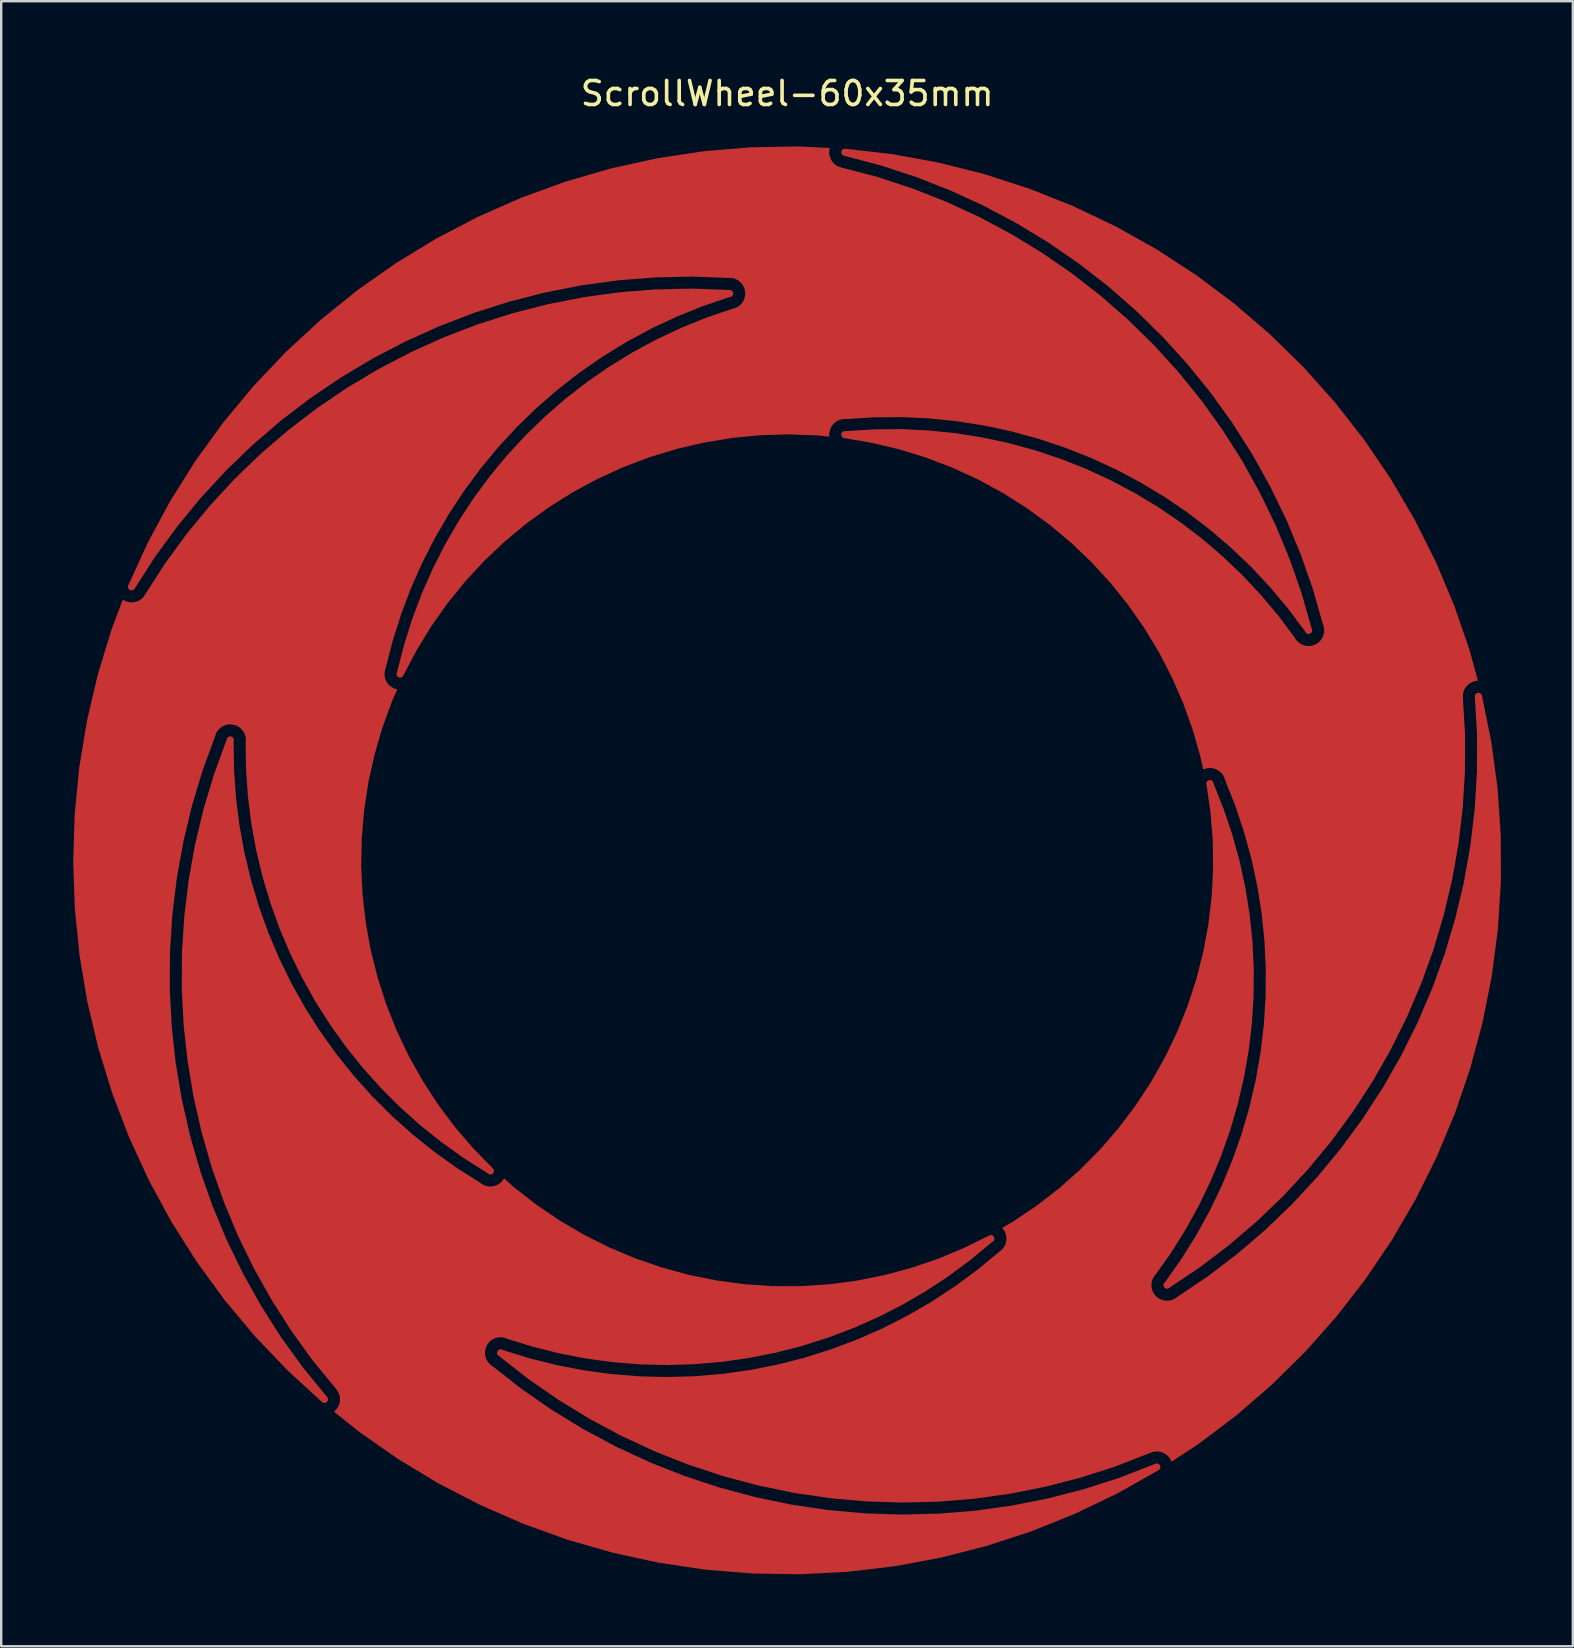
<source format=kicad_pcb>
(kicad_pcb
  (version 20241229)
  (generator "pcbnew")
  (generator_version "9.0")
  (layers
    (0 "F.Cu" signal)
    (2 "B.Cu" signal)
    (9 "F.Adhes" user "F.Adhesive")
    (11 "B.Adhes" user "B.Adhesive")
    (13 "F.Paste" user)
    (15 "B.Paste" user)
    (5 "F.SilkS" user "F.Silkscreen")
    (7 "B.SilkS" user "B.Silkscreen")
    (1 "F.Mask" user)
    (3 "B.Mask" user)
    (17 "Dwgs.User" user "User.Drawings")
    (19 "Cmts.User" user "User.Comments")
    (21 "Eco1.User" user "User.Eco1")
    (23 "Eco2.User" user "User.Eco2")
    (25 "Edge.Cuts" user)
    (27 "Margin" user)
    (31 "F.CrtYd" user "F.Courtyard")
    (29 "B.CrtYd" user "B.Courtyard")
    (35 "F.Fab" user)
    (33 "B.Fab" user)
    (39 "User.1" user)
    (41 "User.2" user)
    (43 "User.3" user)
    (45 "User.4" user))
  (footprint "ScrollWheel-60x35mm"
    (layer "F.Cu")
    (at 29.75 32.798)
    (property "Reference" "ScrollWheel-60x35mm" (at 0 -31.95 0) (layer "F.SilkS") (effects (font (size 1 1) (thickness 0.15))))
    (attr smd)
    (pad "1" smd custom (at 0 -23.75) (size 2 2) (layers "F.Cu") (options (anchor circle)) (primitives (gr_poly (pts (xy 1.776 -5.933) (xy 1.763 -5.879) (xy 1.756 -5.838) (xy 1.751 -5.772) (xy 1.751 -5.731) (xy 1.756 -5.665) (xy 1.763 -5.624) (xy 1.78 -5.56) (xy 1.793 -5.521) (xy 1.82 -5.461) (xy 1.839 -5.425) (xy 1.876 -5.369) (xy 1.901 -5.337) (xy 1.946 -5.288) (xy 1.976 -5.26) (xy 2.028 -5.22) (xy 2.063 -5.197) (xy 2.121 -5.166) (xy 2.159 -5.149) (xy 2.222 -5.128) (xy 2.239 -5.123) (xy 3.774 -4.721) (xy 5.212 -4.248) (xy 6.622 -3.693) (xy 7.997 -3.059) (xy 9.334 -2.347) (xy 10.627 -1.559) (xy 11.873 -0.699) (xy 13.068 0.231) (xy 14.208 1.229) (xy 15.289 2.29) (xy 16.307 3.411) (xy 17.259 4.588) (xy 18.143 5.819) (xy 18.954 7.098) (xy 19.69 8.421) (xy 20.35 9.784) (xy 20.93 11.183) (xy 21.43 12.613) (xy 21.848 14.076) (xy 21.852 14.089) (xy 21.867 14.131) (xy 21.871 14.156) (xy 21.871 14.18) (xy 21.867 14.205) (xy 21.859 14.228) (xy 21.848 14.25) (xy 21.833 14.269) (xy 21.815 14.286) (xy 21.794 14.299) (xy 21.771 14.309) (xy 21.748 14.315) (xy 21.723 14.317) (xy 21.699 14.316) (xy 21.675 14.31) (xy 21.652 14.3) (xy 21.631 14.286) (xy 21.613 14.27) (xy 21.598 14.25) (xy 21.576 14.21) (xy 21.557 14.18) (xy 20.869 13.262) (xy 20.861 13.251) (xy 20.123 12.372) (xy 20.114 12.362) (xy 19.33 11.525) (xy 19.32 11.515) (xy 18.491 10.723) (xy 18.48 10.714) (xy 17.609 9.968) (xy 17.598 9.96) (xy 16.686 9.263) (xy 16.675 9.255) (xy 15.727 8.61) (xy 15.715 8.603) (xy 14.733 8.011) (xy 14.721 8.004) (xy 13.707 7.467) (xy 13.695 7.461) (xy 12.653 6.981) (xy 12.64 6.975) (xy 11.574 6.553) (xy 11.561 6.549) (xy 10.473 6.186) (xy 10.459 6.182) (xy 9.353 5.88) (xy 9.339 5.876) (xy 8.218 5.635) (xy 8.204 5.633) (xy 7.071 5.454) (xy 7.058 5.452) (xy 5.917 5.336) (xy 5.903 5.335) (xy 4.757 5.282) (xy 4.743 5.282) (xy 3.596 5.292) (xy 3.582 5.292) (xy 2.452 5.365) (xy 2.401 5.362) (xy 2.359 5.363) (xy 2.294 5.371) (xy 2.253 5.379) (xy 2.19 5.397) (xy 2.151 5.412) (xy 2.091 5.44) (xy 2.056 5.461) (xy 2.002 5.499) (xy 1.97 5.525) (xy 1.923 5.571) (xy 1.896 5.603) (xy 1.857 5.656) (xy 1.835 5.691) (xy 1.805 5.75) (xy 1.79 5.788) (xy 1.771 5.852) (xy 1.762 5.892) (xy 1.753 5.957) (xy 1.751 5.999) (xy 1.753 6.065) (xy 1.756 6.097) (xy 1.22 6.042) (xy 1.204 6.041) (xy 0.047 6) (xy 0.031 6) (xy -1.126 6.036) (xy -1.142 6.037) (xy -2.294 6.149) (xy -2.31 6.151) (xy -3.452 6.339) (xy -3.469 6.342) (xy -4.595 6.605) (xy -4.611 6.61) (xy -5.719 6.947) (xy -5.734 6.952) (xy -6.817 7.361) (xy -6.832 7.368) (xy -7.885 7.848) (xy -7.9 7.855) (xy -8.919 8.403) (xy -8.933 8.412) (xy -9.913 9.026) (xy -9.927 9.036) (xy -10.865 9.714) (xy -10.878 9.724) (xy -11.769 10.463) (xy -11.781 10.474) (xy -12.621 11.269) (xy -12.633 11.281) (xy -13.418 12.131) (xy -13.429 12.143) (xy -14.157 13.043) (xy -14.167 13.056) (xy -14.834 14.002) (xy -14.843 14.016) (xy -15.445 15.004) (xy -15.453 15.018) (xy -16.01 16.076) (xy -16.022 16.091) (xy -16.041 16.107) (xy -16.062 16.12) (xy -16.085 16.129) (xy -16.109 16.134) (xy -16.134 16.135) (xy -16.158 16.132) (xy -16.182 16.125) (xy -16.204 16.115) (xy -16.224 16.1) (xy -16.242 16.083) (xy -16.256 16.063) (xy -16.267 16.041) (xy -16.274 16.017) (xy -16.278 15.993) (xy -16.277 15.968) (xy -16.272 15.944) (xy -16.256 15.902) (xy -16.247 15.874) (xy -15.964 14.77) (xy -15.624 13.689) (xy -15.224 12.628) (xy -14.767 11.592) (xy -14.253 10.582) (xy -13.684 9.601) (xy -13.062 8.654) (xy -12.389 7.742) (xy -11.667 6.869) (xy -10.897 6.037) (xy -10.083 5.248) (xy -9.227 4.505) (xy -8.332 3.811) (xy -7.399 3.167) (xy -6.432 2.576) (xy -5.435 2.038) (xy -4.409 1.557) (xy -3.358 1.132) (xy -2.296 0.77) (xy -2.249 0.761) (xy -2.209 0.75) (xy -2.147 0.728) (xy -2.109 0.71) (xy -2.052 0.678) (xy -2.018 0.655) (xy -1.966 0.613) (xy -1.937 0.585) (xy -1.893 0.535) (xy -1.868 0.502) (xy -1.833 0.446) (xy -1.814 0.41) (xy -1.789 0.349) (xy -1.776 0.309) (xy -1.761 0.245) (xy -1.755 0.204) (xy -1.751 0.138) (xy -1.751 0.097) (xy -1.758 0.031) (xy -1.766 -0.009) (xy -1.783 -0.073) (xy -1.797 -0.112) (xy -1.825 -0.172) (xy -1.845 -0.208) (xy -1.882 -0.263) (xy -1.908 -0.295) (xy -1.954 -0.342) (xy -1.985 -0.37) (xy -2.038 -0.409) (xy -2.073 -0.431) (xy -2.131 -0.462) (xy -2.169 -0.478) (xy -2.232 -0.498) (xy -2.272 -0.507) (xy -2.338 -0.517) (xy -2.379 -0.52) (xy -2.438 -0.518) (xy -3.959 -0.573) (xy -3.974 -0.573) (xy -5.502 -0.539) (xy -5.516 -0.539) (xy -7.041 -0.418) (xy -7.055 -0.416) (xy -8.569 -0.208) (xy -8.583 -0.206) (xy -10.084 0.089) (xy -10.098 0.092) (xy -11.578 0.472) (xy -11.592 0.476) (xy -13.049 0.94) (xy -13.062 0.945) (xy -14.49 1.492) (xy -14.503 1.497) (xy -15.897 2.125) (xy -15.91 2.131) (xy -17.266 2.838) (xy -17.278 2.845) (xy -18.591 3.628) (xy -18.604 3.635) (xy -19.869 4.493) (xy -19.881 4.501) (xy -21.096 5.429) (xy -21.107 5.438) (xy -22.267 6.434) (xy -22.277 6.444) (xy -23.378 7.505) (xy -23.388 7.515) (xy -24.426 8.638) (xy -24.435 8.648) (xy -25.407 9.829) (xy -25.416 9.84) (xy -26.319 11.074) (xy -26.328 11.086) (xy -27.184 12.421) (xy -27.205 12.45) (xy -27.223 12.467) (xy -27.244 12.481) (xy -27.266 12.491) (xy -27.29 12.497) (xy -27.314 12.5) (xy -27.339 12.498) (xy -27.363 12.493) (xy -27.386 12.483) (xy -27.406 12.47) (xy -27.425 12.454) (xy -27.44 12.434) (xy -27.452 12.413) (xy -27.461 12.39) (xy -27.465 12.366) (xy -27.466 12.341) (xy -27.462 12.317) (xy -27.453 12.287) (xy -26.638 10.503) (xy -25.704 8.772) (xy -24.658 7.106) (xy -23.504 5.513) (xy -22.248 3.999) (xy -20.894 2.572) (xy -19.448 1.237) (xy -17.918 0.001) (xy -16.309 -1.131) (xy -14.629 -2.155) (xy -12.885 -3.065) (xy -11.085 -3.858) (xy -9.236 -4.53) (xy -7.346 -5.079) (xy -5.425 -5.501) (xy -3.48 -5.796) (xy -1.52 -5.961) (xy 0.447 -5.997)) (width 0) (fill yes))))
    (pad "2" smd custom (at -22.588 -7.339 72) (size 2 2) (layers "F.Cu") (options (anchor circle)) (primitives (gr_poly (pts (xy 1.776 -5.933) (xy 1.763 -5.879) (xy 1.756 -5.838) (xy 1.751 -5.772) (xy 1.751 -5.731) (xy 1.756 -5.665) (xy 1.763 -5.624) (xy 1.78 -5.56) (xy 1.793 -5.521) (xy 1.82 -5.461) (xy 1.839 -5.425) (xy 1.876 -5.369) (xy 1.901 -5.337) (xy 1.946 -5.288) (xy 1.976 -5.26) (xy 2.028 -5.22) (xy 2.063 -5.197) (xy 2.121 -5.166) (xy 2.159 -5.149) (xy 2.222 -5.128) (xy 2.239 -5.123) (xy 3.774 -4.721) (xy 5.212 -4.248) (xy 6.622 -3.693) (xy 7.997 -3.059) (xy 9.334 -2.347) (xy 10.627 -1.559) (xy 11.873 -0.699) (xy 13.068 0.231) (xy 14.208 1.229) (xy 15.289 2.29) (xy 16.307 3.411) (xy 17.259 4.588) (xy 18.143 5.819) (xy 18.954 7.098) (xy 19.69 8.421) (xy 20.35 9.784) (xy 20.93 11.183) (xy 21.43 12.613) (xy 21.848 14.076) (xy 21.852 14.089) (xy 21.867 14.131) (xy 21.871 14.156) (xy 21.871 14.18) (xy 21.867 14.205) (xy 21.859 14.228) (xy 21.848 14.25) (xy 21.833 14.269) (xy 21.815 14.286) (xy 21.794 14.299) (xy 21.771 14.309) (xy 21.748 14.315) (xy 21.723 14.317) (xy 21.699 14.316) (xy 21.675 14.31) (xy 21.652 14.3) (xy 21.631 14.286) (xy 21.613 14.27) (xy 21.598 14.25) (xy 21.576 14.21) (xy 21.557 14.18) (xy 20.869 13.262) (xy 20.861 13.251) (xy 20.123 12.372) (xy 20.114 12.362) (xy 19.33 11.525) (xy 19.32 11.515) (xy 18.491 10.723) (xy 18.48 10.714) (xy 17.609 9.968) (xy 17.598 9.96) (xy 16.686 9.263) (xy 16.675 9.255) (xy 15.727 8.61) (xy 15.715 8.603) (xy 14.733 8.011) (xy 14.721 8.004) (xy 13.707 7.467) (xy 13.695 7.461) (xy 12.653 6.981) (xy 12.64 6.975) (xy 11.574 6.553) (xy 11.561 6.549) (xy 10.473 6.186) (xy 10.459 6.182) (xy 9.353 5.88) (xy 9.339 5.876) (xy 8.218 5.635) (xy 8.204 5.633) (xy 7.071 5.454) (xy 7.058 5.452) (xy 5.917 5.336) (xy 5.903 5.335) (xy 4.757 5.282) (xy 4.743 5.282) (xy 3.596 5.292) (xy 3.582 5.292) (xy 2.452 5.365) (xy 2.401 5.362) (xy 2.359 5.363) (xy 2.294 5.371) (xy 2.253 5.379) (xy 2.19 5.397) (xy 2.151 5.412) (xy 2.091 5.44) (xy 2.056 5.461) (xy 2.002 5.499) (xy 1.97 5.525) (xy 1.923 5.571) (xy 1.896 5.603) (xy 1.857 5.656) (xy 1.835 5.691) (xy 1.805 5.75) (xy 1.79 5.788) (xy 1.771 5.852) (xy 1.762 5.892) (xy 1.753 5.957) (xy 1.751 5.999) (xy 1.753 6.065) (xy 1.756 6.097) (xy 1.22 6.042) (xy 1.204 6.041) (xy 0.047 6) (xy 0.031 6) (xy -1.126 6.036) (xy -1.142 6.037) (xy -2.294 6.149) (xy -2.31 6.151) (xy -3.452 6.339) (xy -3.469 6.342) (xy -4.595 6.605) (xy -4.611 6.61) (xy -5.719 6.947) (xy -5.734 6.952) (xy -6.817 7.361) (xy -6.832 7.368) (xy -7.885 7.848) (xy -7.9 7.855) (xy -8.919 8.403) (xy -8.933 8.412) (xy -9.913 9.026) (xy -9.927 9.036) (xy -10.865 9.714) (xy -10.878 9.724) (xy -11.769 10.463) (xy -11.781 10.474) (xy -12.621 11.269) (xy -12.633 11.281) (xy -13.418 12.131) (xy -13.429 12.143) (xy -14.157 13.043) (xy -14.167 13.056) (xy -14.834 14.002) (xy -14.843 14.016) (xy -15.445 15.004) (xy -15.453 15.018) (xy -16.01 16.076) (xy -16.022 16.091) (xy -16.041 16.107) (xy -16.062 16.12) (xy -16.085 16.129) (xy -16.109 16.134) (xy -16.134 16.135) (xy -16.158 16.132) (xy -16.182 16.125) (xy -16.204 16.115) (xy -16.224 16.1) (xy -16.242 16.083) (xy -16.256 16.063) (xy -16.267 16.041) (xy -16.274 16.017) (xy -16.278 15.993) (xy -16.277 15.968) (xy -16.272 15.944) (xy -16.256 15.902) (xy -16.247 15.874) (xy -15.964 14.77) (xy -15.624 13.689) (xy -15.224 12.628) (xy -14.767 11.592) (xy -14.253 10.582) (xy -13.684 9.601) (xy -13.062 8.654) (xy -12.389 7.742) (xy -11.667 6.869) (xy -10.897 6.037) (xy -10.083 5.248) (xy -9.227 4.505) (xy -8.332 3.811) (xy -7.399 3.167) (xy -6.432 2.576) (xy -5.435 2.038) (xy -4.409 1.557) (xy -3.358 1.132) (xy -2.296 0.77) (xy -2.249 0.761) (xy -2.209 0.75) (xy -2.147 0.728) (xy -2.109 0.71) (xy -2.052 0.678) (xy -2.018 0.655) (xy -1.966 0.613) (xy -1.937 0.585) (xy -1.893 0.535) (xy -1.868 0.502) (xy -1.833 0.446) (xy -1.814 0.41) (xy -1.789 0.349) (xy -1.776 0.309) (xy -1.761 0.245) (xy -1.755 0.204) (xy -1.751 0.138) (xy -1.751 0.097) (xy -1.758 0.031) (xy -1.766 -0.009) (xy -1.783 -0.073) (xy -1.797 -0.112) (xy -1.825 -0.172) (xy -1.845 -0.208) (xy -1.882 -0.263) (xy -1.908 -0.295) (xy -1.954 -0.342) (xy -1.985 -0.37) (xy -2.038 -0.409) (xy -2.073 -0.431) (xy -2.131 -0.462) (xy -2.169 -0.478) (xy -2.232 -0.498) (xy -2.272 -0.507) (xy -2.338 -0.517) (xy -2.379 -0.52) (xy -2.438 -0.518) (xy -3.959 -0.573) (xy -3.974 -0.573) (xy -5.502 -0.539) (xy -5.516 -0.539) (xy -7.041 -0.418) (xy -7.055 -0.416) (xy -8.569 -0.208) (xy -8.583 -0.206) (xy -10.084 0.089) (xy -10.098 0.092) (xy -11.578 0.472) (xy -11.592 0.476) (xy -13.049 0.94) (xy -13.062 0.945) (xy -14.49 1.492) (xy -14.503 1.497) (xy -15.897 2.125) (xy -15.91 2.131) (xy -17.266 2.838) (xy -17.278 2.845) (xy -18.591 3.628) (xy -18.604 3.635) (xy -19.869 4.493) (xy -19.881 4.501) (xy -21.096 5.429) (xy -21.107 5.438) (xy -22.267 6.434) (xy -22.277 6.444) (xy -23.378 7.505) (xy -23.388 7.515) (xy -24.426 8.638) (xy -24.435 8.648) (xy -25.407 9.829) (xy -25.416 9.84) (xy -26.319 11.074) (xy -26.328 11.086) (xy -27.184 12.421) (xy -27.205 12.45) (xy -27.223 12.467) (xy -27.244 12.481) (xy -27.266 12.491) (xy -27.29 12.497) (xy -27.314 12.5) (xy -27.339 12.498) (xy -27.363 12.493) (xy -27.386 12.483) (xy -27.406 12.47) (xy -27.425 12.454) (xy -27.44 12.434) (xy -27.452 12.413) (xy -27.461 12.39) (xy -27.465 12.366) (xy -27.466 12.341) (xy -27.462 12.317) (xy -27.453 12.287) (xy -26.638 10.503) (xy -25.704 8.772) (xy -24.658 7.106) (xy -23.504 5.513) (xy -22.248 3.999) (xy -20.894 2.572) (xy -19.448 1.237) (xy -17.918 0.001) (xy -16.309 -1.131) (xy -14.629 -2.155) (xy -12.885 -3.065) (xy -11.085 -3.858) (xy -9.236 -4.53) (xy -7.346 -5.079) (xy -5.425 -5.501) (xy -3.48 -5.796) (xy -1.52 -5.961) (xy 0.447 -5.997)) (width 0) (fill yes))))
    (pad "3" smd custom (at -13.96 19.214 144) (size 2 2) (layers "F.Cu") (options (anchor circle)) (primitives (gr_poly (pts (xy 1.776 -5.933) (xy 1.763 -5.879) (xy 1.756 -5.838) (xy 1.751 -5.772) (xy 1.751 -5.731) (xy 1.756 -5.665) (xy 1.763 -5.624) (xy 1.78 -5.56) (xy 1.793 -5.521) (xy 1.82 -5.461) (xy 1.839 -5.425) (xy 1.876 -5.369) (xy 1.901 -5.337) (xy 1.946 -5.288) (xy 1.976 -5.26) (xy 2.028 -5.22) (xy 2.063 -5.197) (xy 2.121 -5.166) (xy 2.159 -5.149) (xy 2.222 -5.128) (xy 2.239 -5.123) (xy 3.774 -4.721) (xy 5.212 -4.248) (xy 6.622 -3.693) (xy 7.997 -3.059) (xy 9.334 -2.347) (xy 10.627 -1.559) (xy 11.873 -0.699) (xy 13.068 0.231) (xy 14.208 1.229) (xy 15.289 2.29) (xy 16.307 3.411) (xy 17.259 4.588) (xy 18.143 5.819) (xy 18.954 7.098) (xy 19.69 8.421) (xy 20.35 9.784) (xy 20.93 11.183) (xy 21.43 12.613) (xy 21.848 14.076) (xy 21.852 14.089) (xy 21.867 14.131) (xy 21.871 14.156) (xy 21.871 14.18) (xy 21.867 14.205) (xy 21.859 14.228) (xy 21.848 14.25) (xy 21.833 14.269) (xy 21.815 14.286) (xy 21.794 14.299) (xy 21.771 14.309) (xy 21.748 14.315) (xy 21.723 14.317) (xy 21.699 14.316) (xy 21.675 14.31) (xy 21.652 14.3) (xy 21.631 14.286) (xy 21.613 14.27) (xy 21.598 14.25) (xy 21.576 14.21) (xy 21.557 14.18) (xy 20.869 13.262) (xy 20.861 13.251) (xy 20.123 12.372) (xy 20.114 12.362) (xy 19.33 11.525) (xy 19.32 11.515) (xy 18.491 10.723) (xy 18.48 10.714) (xy 17.609 9.968) (xy 17.598 9.96) (xy 16.686 9.263) (xy 16.675 9.255) (xy 15.727 8.61) (xy 15.715 8.603) (xy 14.733 8.011) (xy 14.721 8.004) (xy 13.707 7.467) (xy 13.695 7.461) (xy 12.653 6.981) (xy 12.64 6.975) (xy 11.574 6.553) (xy 11.561 6.549) (xy 10.473 6.186) (xy 10.459 6.182) (xy 9.353 5.88) (xy 9.339 5.876) (xy 8.218 5.635) (xy 8.204 5.633) (xy 7.071 5.454) (xy 7.058 5.452) (xy 5.917 5.336) (xy 5.903 5.335) (xy 4.757 5.282) (xy 4.743 5.282) (xy 3.596 5.292) (xy 3.582 5.292) (xy 2.452 5.365) (xy 2.401 5.362) (xy 2.359 5.363) (xy 2.294 5.371) (xy 2.253 5.379) (xy 2.19 5.397) (xy 2.151 5.412) (xy 2.091 5.44) (xy 2.056 5.461) (xy 2.002 5.499) (xy 1.97 5.525) (xy 1.923 5.571) (xy 1.896 5.603) (xy 1.857 5.656) (xy 1.835 5.691) (xy 1.805 5.75) (xy 1.79 5.788) (xy 1.771 5.852) (xy 1.762 5.892) (xy 1.753 5.957) (xy 1.751 5.999) (xy 1.753 6.065) (xy 1.756 6.097) (xy 1.22 6.042) (xy 1.204 6.041) (xy 0.047 6) (xy 0.031 6) (xy -1.126 6.036) (xy -1.142 6.037) (xy -2.294 6.149) (xy -2.31 6.151) (xy -3.452 6.339) (xy -3.469 6.342) (xy -4.595 6.605) (xy -4.611 6.61) (xy -5.719 6.947) (xy -5.734 6.952) (xy -6.817 7.361) (xy -6.832 7.368) (xy -7.885 7.848) (xy -7.9 7.855) (xy -8.919 8.403) (xy -8.933 8.412) (xy -9.913 9.026) (xy -9.927 9.036) (xy -10.865 9.714) (xy -10.878 9.724) (xy -11.769 10.463) (xy -11.781 10.474) (xy -12.621 11.269) (xy -12.633 11.281) (xy -13.418 12.131) (xy -13.429 12.143) (xy -14.157 13.043) (xy -14.167 13.056) (xy -14.834 14.002) (xy -14.843 14.016) (xy -15.445 15.004) (xy -15.453 15.018) (xy -16.01 16.076) (xy -16.022 16.091) (xy -16.041 16.107) (xy -16.062 16.12) (xy -16.085 16.129) (xy -16.109 16.134) (xy -16.134 16.135) (xy -16.158 16.132) (xy -16.182 16.125) (xy -16.204 16.115) (xy -16.224 16.1) (xy -16.242 16.083) (xy -16.256 16.063) (xy -16.267 16.041) (xy -16.274 16.017) (xy -16.278 15.993) (xy -16.277 15.968) (xy -16.272 15.944) (xy -16.256 15.902) (xy -16.247 15.874) (xy -15.964 14.77) (xy -15.624 13.689) (xy -15.224 12.628) (xy -14.767 11.592) (xy -14.253 10.582) (xy -13.684 9.601) (xy -13.062 8.654) (xy -12.389 7.742) (xy -11.667 6.869) (xy -10.897 6.037) (xy -10.083 5.248) (xy -9.227 4.505) (xy -8.332 3.811) (xy -7.399 3.167) (xy -6.432 2.576) (xy -5.435 2.038) (xy -4.409 1.557) (xy -3.358 1.132) (xy -2.296 0.77) (xy -2.249 0.761) (xy -2.209 0.75) (xy -2.147 0.728) (xy -2.109 0.71) (xy -2.052 0.678) (xy -2.018 0.655) (xy -1.966 0.613) (xy -1.937 0.585) (xy -1.893 0.535) (xy -1.868 0.502) (xy -1.833 0.446) (xy -1.814 0.41) (xy -1.789 0.349) (xy -1.776 0.309) (xy -1.761 0.245) (xy -1.755 0.204) (xy -1.751 0.138) (xy -1.751 0.097) (xy -1.758 0.031) (xy -1.766 -0.009) (xy -1.783 -0.073) (xy -1.797 -0.112) (xy -1.825 -0.172) (xy -1.845 -0.208) (xy -1.882 -0.263) (xy -1.908 -0.295) (xy -1.954 -0.342) (xy -1.985 -0.37) (xy -2.038 -0.409) (xy -2.073 -0.431) (xy -2.131 -0.462) (xy -2.169 -0.478) (xy -2.232 -0.498) (xy -2.272 -0.507) (xy -2.338 -0.517) (xy -2.379 -0.52) (xy -2.438 -0.518) (xy -3.959 -0.573) (xy -3.974 -0.573) (xy -5.502 -0.539) (xy -5.516 -0.539) (xy -7.041 -0.418) (xy -7.055 -0.416) (xy -8.569 -0.208) (xy -8.583 -0.206) (xy -10.084 0.089) (xy -10.098 0.092) (xy -11.578 0.472) (xy -11.592 0.476) (xy -13.049 0.94) (xy -13.062 0.945) (xy -14.49 1.492) (xy -14.503 1.497) (xy -15.897 2.125) (xy -15.91 2.131) (xy -17.266 2.838) (xy -17.278 2.845) (xy -18.591 3.628) (xy -18.604 3.635) (xy -19.869 4.493) (xy -19.881 4.501) (xy -21.096 5.429) (xy -21.107 5.438) (xy -22.267 6.434) (xy -22.277 6.444) (xy -23.378 7.505) (xy -23.388 7.515) (xy -24.426 8.638) (xy -24.435 8.648) (xy -25.407 9.829) (xy -25.416 9.84) (xy -26.319 11.074) (xy -26.328 11.086) (xy -27.184 12.421) (xy -27.205 12.45) (xy -27.223 12.467) (xy -27.244 12.481) (xy -27.266 12.491) (xy -27.29 12.497) (xy -27.314 12.5) (xy -27.339 12.498) (xy -27.363 12.493) (xy -27.386 12.483) (xy -27.406 12.47) (xy -27.425 12.454) (xy -27.44 12.434) (xy -27.452 12.413) (xy -27.461 12.39) (xy -27.465 12.366) (xy -27.466 12.341) (xy -27.462 12.317) (xy -27.453 12.287) (xy -26.638 10.503) (xy -25.704 8.772) (xy -24.658 7.106) (xy -23.504 5.513) (xy -22.248 3.999) (xy -20.894 2.572) (xy -19.448 1.237) (xy -17.918 0.001) (xy -16.309 -1.131) (xy -14.629 -2.155) (xy -12.885 -3.065) (xy -11.085 -3.858) (xy -9.236 -4.53) (xy -7.346 -5.079) (xy -5.425 -5.501) (xy -3.48 -5.796) (xy -1.52 -5.961) (xy 0.447 -5.997)) (width 0) (fill yes))))
    (pad "4" smd custom (at 13.96 19.214 216) (size 2 2) (layers "F.Cu") (options (anchor circle)) (primitives (gr_poly (pts (xy 1.776 -5.933) (xy 1.763 -5.879) (xy 1.756 -5.838) (xy 1.751 -5.772) (xy 1.751 -5.731) (xy 1.756 -5.665) (xy 1.763 -5.624) (xy 1.78 -5.56) (xy 1.793 -5.521) (xy 1.82 -5.461) (xy 1.839 -5.425) (xy 1.876 -5.369) (xy 1.901 -5.337) (xy 1.946 -5.288) (xy 1.976 -5.26) (xy 2.028 -5.22) (xy 2.063 -5.197) (xy 2.121 -5.166) (xy 2.159 -5.149) (xy 2.222 -5.128) (xy 2.239 -5.123) (xy 3.774 -4.721) (xy 5.212 -4.248) (xy 6.622 -3.693) (xy 7.997 -3.059) (xy 9.334 -2.347) (xy 10.627 -1.559) (xy 11.873 -0.699) (xy 13.068 0.231) (xy 14.208 1.229) (xy 15.289 2.29) (xy 16.307 3.411) (xy 17.259 4.588) (xy 18.143 5.819) (xy 18.954 7.098) (xy 19.69 8.421) (xy 20.35 9.784) (xy 20.93 11.183) (xy 21.43 12.613) (xy 21.848 14.076) (xy 21.852 14.089) (xy 21.867 14.131) (xy 21.871 14.156) (xy 21.871 14.18) (xy 21.867 14.205) (xy 21.859 14.228) (xy 21.848 14.25) (xy 21.833 14.269) (xy 21.815 14.286) (xy 21.794 14.299) (xy 21.771 14.309) (xy 21.748 14.315) (xy 21.723 14.317) (xy 21.699 14.316) (xy 21.675 14.31) (xy 21.652 14.3) (xy 21.631 14.286) (xy 21.613 14.27) (xy 21.598 14.25) (xy 21.576 14.21) (xy 21.557 14.18) (xy 20.869 13.262) (xy 20.861 13.251) (xy 20.123 12.372) (xy 20.114 12.362) (xy 19.33 11.525) (xy 19.32 11.515) (xy 18.491 10.723) (xy 18.48 10.714) (xy 17.609 9.968) (xy 17.598 9.96) (xy 16.686 9.263) (xy 16.675 9.255) (xy 15.727 8.61) (xy 15.715 8.603) (xy 14.733 8.011) (xy 14.721 8.004) (xy 13.707 7.467) (xy 13.695 7.461) (xy 12.653 6.981) (xy 12.64 6.975) (xy 11.574 6.553) (xy 11.561 6.549) (xy 10.473 6.186) (xy 10.459 6.182) (xy 9.353 5.88) (xy 9.339 5.876) (xy 8.218 5.635) (xy 8.204 5.633) (xy 7.071 5.454) (xy 7.058 5.452) (xy 5.917 5.336) (xy 5.903 5.335) (xy 4.757 5.282) (xy 4.743 5.282) (xy 3.596 5.292) (xy 3.582 5.292) (xy 2.452 5.365) (xy 2.401 5.362) (xy 2.359 5.363) (xy 2.294 5.371) (xy 2.253 5.379) (xy 2.19 5.397) (xy 2.151 5.412) (xy 2.091 5.44) (xy 2.056 5.461) (xy 2.002 5.499) (xy 1.97 5.525) (xy 1.923 5.571) (xy 1.896 5.603) (xy 1.857 5.656) (xy 1.835 5.691) (xy 1.805 5.75) (xy 1.79 5.788) (xy 1.771 5.852) (xy 1.762 5.892) (xy 1.753 5.957) (xy 1.751 5.999) (xy 1.753 6.065) (xy 1.756 6.097) (xy 1.22 6.042) (xy 1.204 6.041) (xy 0.047 6) (xy 0.031 6) (xy -1.126 6.036) (xy -1.142 6.037) (xy -2.294 6.149) (xy -2.31 6.151) (xy -3.452 6.339) (xy -3.469 6.342) (xy -4.595 6.605) (xy -4.611 6.61) (xy -5.719 6.947) (xy -5.734 6.952) (xy -6.817 7.361) (xy -6.832 7.368) (xy -7.885 7.848) (xy -7.9 7.855) (xy -8.919 8.403) (xy -8.933 8.412) (xy -9.913 9.026) (xy -9.927 9.036) (xy -10.865 9.714) (xy -10.878 9.724) (xy -11.769 10.463) (xy -11.781 10.474) (xy -12.621 11.269) (xy -12.633 11.281) (xy -13.418 12.131) (xy -13.429 12.143) (xy -14.157 13.043) (xy -14.167 13.056) (xy -14.834 14.002) (xy -14.843 14.016) (xy -15.445 15.004) (xy -15.453 15.018) (xy -16.01 16.076) (xy -16.022 16.091) (xy -16.041 16.107) (xy -16.062 16.12) (xy -16.085 16.129) (xy -16.109 16.134) (xy -16.134 16.135) (xy -16.158 16.132) (xy -16.182 16.125) (xy -16.204 16.115) (xy -16.224 16.1) (xy -16.242 16.083) (xy -16.256 16.063) (xy -16.267 16.041) (xy -16.274 16.017) (xy -16.278 15.993) (xy -16.277 15.968) (xy -16.272 15.944) (xy -16.256 15.902) (xy -16.247 15.874) (xy -15.964 14.77) (xy -15.624 13.689) (xy -15.224 12.628) (xy -14.767 11.592) (xy -14.253 10.582) (xy -13.684 9.601) (xy -13.062 8.654) (xy -12.389 7.742) (xy -11.667 6.869) (xy -10.897 6.037) (xy -10.083 5.248) (xy -9.227 4.505) (xy -8.332 3.811) (xy -7.399 3.167) (xy -6.432 2.576) (xy -5.435 2.038) (xy -4.409 1.557) (xy -3.358 1.132) (xy -2.296 0.77) (xy -2.249 0.761) (xy -2.209 0.75) (xy -2.147 0.728) (xy -2.109 0.71) (xy -2.052 0.678) (xy -2.018 0.655) (xy -1.966 0.613) (xy -1.937 0.585) (xy -1.893 0.535) (xy -1.868 0.502) (xy -1.833 0.446) (xy -1.814 0.41) (xy -1.789 0.349) (xy -1.776 0.309) (xy -1.761 0.245) (xy -1.755 0.204) (xy -1.751 0.138) (xy -1.751 0.097) (xy -1.758 0.031) (xy -1.766 -0.009) (xy -1.783 -0.073) (xy -1.797 -0.112) (xy -1.825 -0.172) (xy -1.845 -0.208) (xy -1.882 -0.263) (xy -1.908 -0.295) (xy -1.954 -0.342) (xy -1.985 -0.37) (xy -2.038 -0.409) (xy -2.073 -0.431) (xy -2.131 -0.462) (xy -2.169 -0.478) (xy -2.232 -0.498) (xy -2.272 -0.507) (xy -2.338 -0.517) (xy -2.379 -0.52) (xy -2.438 -0.518) (xy -3.959 -0.573) (xy -3.974 -0.573) (xy -5.502 -0.539) (xy -5.516 -0.539) (xy -7.041 -0.418) (xy -7.055 -0.416) (xy -8.569 -0.208) (xy -8.583 -0.206) (xy -10.084 0.089) (xy -10.098 0.092) (xy -11.578 0.472) (xy -11.592 0.476) (xy -13.049 0.94) (xy -13.062 0.945) (xy -14.49 1.492) (xy -14.503 1.497) (xy -15.897 2.125) (xy -15.91 2.131) (xy -17.266 2.838) (xy -17.278 2.845) (xy -18.591 3.628) (xy -18.604 3.635) (xy -19.869 4.493) (xy -19.881 4.501) (xy -21.096 5.429) (xy -21.107 5.438) (xy -22.267 6.434) (xy -22.277 6.444) (xy -23.378 7.505) (xy -23.388 7.515) (xy -24.426 8.638) (xy -24.435 8.648) (xy -25.407 9.829) (xy -25.416 9.84) (xy -26.319 11.074) (xy -26.328 11.086) (xy -27.184 12.421) (xy -27.205 12.45) (xy -27.223 12.467) (xy -27.244 12.481) (xy -27.266 12.491) (xy -27.29 12.497) (xy -27.314 12.5) (xy -27.339 12.498) (xy -27.363 12.493) (xy -27.386 12.483) (xy -27.406 12.47) (xy -27.425 12.454) (xy -27.44 12.434) (xy -27.452 12.413) (xy -27.461 12.39) (xy -27.465 12.366) (xy -27.466 12.341) (xy -27.462 12.317) (xy -27.453 12.287) (xy -26.638 10.503) (xy -25.704 8.772) (xy -24.658 7.106) (xy -23.504 5.513) (xy -22.248 3.999) (xy -20.894 2.572) (xy -19.448 1.237) (xy -17.918 0.001) (xy -16.309 -1.131) (xy -14.629 -2.155) (xy -12.885 -3.065) (xy -11.085 -3.858) (xy -9.236 -4.53) (xy -7.346 -5.079) (xy -5.425 -5.501) (xy -3.48 -5.796) (xy -1.52 -5.961) (xy 0.447 -5.997)) (width 0) (fill yes))))
    (pad "5" smd custom (at 22.588 -7.339 288) (size 2 2) (layers "F.Cu") (options (anchor circle)) (primitives (gr_poly (pts (xy 1.776 -5.933) (xy 1.763 -5.879) (xy 1.756 -5.838) (xy 1.751 -5.772) (xy 1.751 -5.731) (xy 1.756 -5.665) (xy 1.763 -5.624) (xy 1.78 -5.56) (xy 1.793 -5.521) (xy 1.82 -5.461) (xy 1.839 -5.425) (xy 1.876 -5.369) (xy 1.901 -5.337) (xy 1.946 -5.288) (xy 1.976 -5.26) (xy 2.028 -5.22) (xy 2.063 -5.197) (xy 2.121 -5.166) (xy 2.159 -5.149) (xy 2.222 -5.128) (xy 2.239 -5.123) (xy 3.774 -4.721) (xy 5.212 -4.248) (xy 6.622 -3.693) (xy 7.997 -3.059) (xy 9.334 -2.347) (xy 10.627 -1.559) (xy 11.873 -0.699) (xy 13.068 0.231) (xy 14.208 1.229) (xy 15.289 2.29) (xy 16.307 3.411) (xy 17.259 4.588) (xy 18.143 5.819) (xy 18.954 7.098) (xy 19.69 8.421) (xy 20.35 9.784) (xy 20.93 11.183) (xy 21.43 12.613) (xy 21.848 14.076) (xy 21.852 14.089) (xy 21.867 14.131) (xy 21.871 14.156) (xy 21.871 14.18) (xy 21.867 14.205) (xy 21.859 14.228) (xy 21.848 14.25) (xy 21.833 14.269) (xy 21.815 14.286) (xy 21.794 14.299) (xy 21.771 14.309) (xy 21.748 14.315) (xy 21.723 14.317) (xy 21.699 14.316) (xy 21.675 14.31) (xy 21.652 14.3) (xy 21.631 14.286) (xy 21.613 14.27) (xy 21.598 14.25) (xy 21.576 14.21) (xy 21.557 14.18) (xy 20.869 13.262) (xy 20.861 13.251) (xy 20.123 12.372) (xy 20.114 12.362) (xy 19.33 11.525) (xy 19.32 11.515) (xy 18.491 10.723) (xy 18.48 10.714) (xy 17.609 9.968) (xy 17.598 9.96) (xy 16.686 9.263) (xy 16.675 9.255) (xy 15.727 8.61) (xy 15.715 8.603) (xy 14.733 8.011) (xy 14.721 8.004) (xy 13.707 7.467) (xy 13.695 7.461) (xy 12.653 6.981) (xy 12.64 6.975) (xy 11.574 6.553) (xy 11.561 6.549) (xy 10.473 6.186) (xy 10.459 6.182) (xy 9.353 5.88) (xy 9.339 5.876) (xy 8.218 5.635) (xy 8.204 5.633) (xy 7.071 5.454) (xy 7.058 5.452) (xy 5.917 5.336) (xy 5.903 5.335) (xy 4.757 5.282) (xy 4.743 5.282) (xy 3.596 5.292) (xy 3.582 5.292) (xy 2.452 5.365) (xy 2.401 5.362) (xy 2.359 5.363) (xy 2.294 5.371) (xy 2.253 5.379) (xy 2.19 5.397) (xy 2.151 5.412) (xy 2.091 5.44) (xy 2.056 5.461) (xy 2.002 5.499) (xy 1.97 5.525) (xy 1.923 5.571) (xy 1.896 5.603) (xy 1.857 5.656) (xy 1.835 5.691) (xy 1.805 5.75) (xy 1.79 5.788) (xy 1.771 5.852) (xy 1.762 5.892) (xy 1.753 5.957) (xy 1.751 5.999) (xy 1.753 6.065) (xy 1.756 6.097) (xy 1.22 6.042) (xy 1.204 6.041) (xy 0.047 6) (xy 0.031 6) (xy -1.126 6.036) (xy -1.142 6.037) (xy -2.294 6.149) (xy -2.31 6.151) (xy -3.452 6.339) (xy -3.469 6.342) (xy -4.595 6.605) (xy -4.611 6.61) (xy -5.719 6.947) (xy -5.734 6.952) (xy -6.817 7.361) (xy -6.832 7.368) (xy -7.885 7.848) (xy -7.9 7.855) (xy -8.919 8.403) (xy -8.933 8.412) (xy -9.913 9.026) (xy -9.927 9.036) (xy -10.865 9.714) (xy -10.878 9.724) (xy -11.769 10.463) (xy -11.781 10.474) (xy -12.621 11.269) (xy -12.633 11.281) (xy -13.418 12.131) (xy -13.429 12.143) (xy -14.157 13.043) (xy -14.167 13.056) (xy -14.834 14.002) (xy -14.843 14.016) (xy -15.445 15.004) (xy -15.453 15.018) (xy -16.01 16.076) (xy -16.022 16.091) (xy -16.041 16.107) (xy -16.062 16.12) (xy -16.085 16.129) (xy -16.109 16.134) (xy -16.134 16.135) (xy -16.158 16.132) (xy -16.182 16.125) (xy -16.204 16.115) (xy -16.224 16.1) (xy -16.242 16.083) (xy -16.256 16.063) (xy -16.267 16.041) (xy -16.274 16.017) (xy -16.278 15.993) (xy -16.277 15.968) (xy -16.272 15.944) (xy -16.256 15.902) (xy -16.247 15.874) (xy -15.964 14.77) (xy -15.624 13.689) (xy -15.224 12.628) (xy -14.767 11.592) (xy -14.253 10.582) (xy -13.684 9.601) (xy -13.062 8.654) (xy -12.389 7.742) (xy -11.667 6.869) (xy -10.897 6.037) (xy -10.083 5.248) (xy -9.227 4.505) (xy -8.332 3.811) (xy -7.399 3.167) (xy -6.432 2.576) (xy -5.435 2.038) (xy -4.409 1.557) (xy -3.358 1.132) (xy -2.296 0.77) (xy -2.249 0.761) (xy -2.209 0.75) (xy -2.147 0.728) (xy -2.109 0.71) (xy -2.052 0.678) (xy -2.018 0.655) (xy -1.966 0.613) (xy -1.937 0.585) (xy -1.893 0.535) (xy -1.868 0.502) (xy -1.833 0.446) (xy -1.814 0.41) (xy -1.789 0.349) (xy -1.776 0.309) (xy -1.761 0.245) (xy -1.755 0.204) (xy -1.751 0.138) (xy -1.751 0.097) (xy -1.758 0.031) (xy -1.766 -0.009) (xy -1.783 -0.073) (xy -1.797 -0.112) (xy -1.825 -0.172) (xy -1.845 -0.208) (xy -1.882 -0.263) (xy -1.908 -0.295) (xy -1.954 -0.342) (xy -1.985 -0.37) (xy -2.038 -0.409) (xy -2.073 -0.431) (xy -2.131 -0.462) (xy -2.169 -0.478) (xy -2.232 -0.498) (xy -2.272 -0.507) (xy -2.338 -0.517) (xy -2.379 -0.52) (xy -2.438 -0.518) (xy -3.959 -0.573) (xy -3.974 -0.573) (xy -5.502 -0.539) (xy -5.516 -0.539) (xy -7.041 -0.418) (xy -7.055 -0.416) (xy -8.569 -0.208) (xy -8.583 -0.206) (xy -10.084 0.089) (xy -10.098 0.092) (xy -11.578 0.472) (xy -11.592 0.476) (xy -13.049 0.94) (xy -13.062 0.945) (xy -14.49 1.492) (xy -14.503 1.497) (xy -15.897 2.125) (xy -15.91 2.131) (xy -17.266 2.838) (xy -17.278 2.845) (xy -18.591 3.628) (xy -18.604 3.635) (xy -19.869 4.493) (xy -19.881 4.501) (xy -21.096 5.429) (xy -21.107 5.438) (xy -22.267 6.434) (xy -22.277 6.444) (xy -23.378 7.505) (xy -23.388 7.515) (xy -24.426 8.638) (xy -24.435 8.648) (xy -25.407 9.829) (xy -25.416 9.84) (xy -26.319 11.074) (xy -26.328 11.086) (xy -27.184 12.421) (xy -27.205 12.45) (xy -27.223 12.467) (xy -27.244 12.481) (xy -27.266 12.491) (xy -27.29 12.497) (xy -27.314 12.5) (xy -27.339 12.498) (xy -27.363 12.493) (xy -27.386 12.483) (xy -27.406 12.47) (xy -27.425 12.454) (xy -27.44 12.434) (xy -27.452 12.413) (xy -27.461 12.39) (xy -27.465 12.366) (xy -27.466 12.341) (xy -27.462 12.317) (xy -27.453 12.287) (xy -26.638 10.503) (xy -25.704 8.772) (xy -24.658 7.106) (xy -23.504 5.513) (xy -22.248 3.999) (xy -20.894 2.572) (xy -19.448 1.237) (xy -17.918 0.001) (xy -16.309 -1.131) (xy -14.629 -2.155) (xy -12.885 -3.065) (xy -11.085 -3.858) (xy -9.236 -4.53) (xy -7.346 -5.079) (xy -5.425 -5.501) (xy -3.48 -5.796) (xy -1.52 -5.961) (xy 0.447 -5.997)) (width 0) (fill yes)))))
  (gr_rect
    (start -3 -3)
    (end 62.485 65.543)
    (stroke (width 0.1) (type default))
    (fill no)
    (layer "Edge.Cuts")))
</source>
